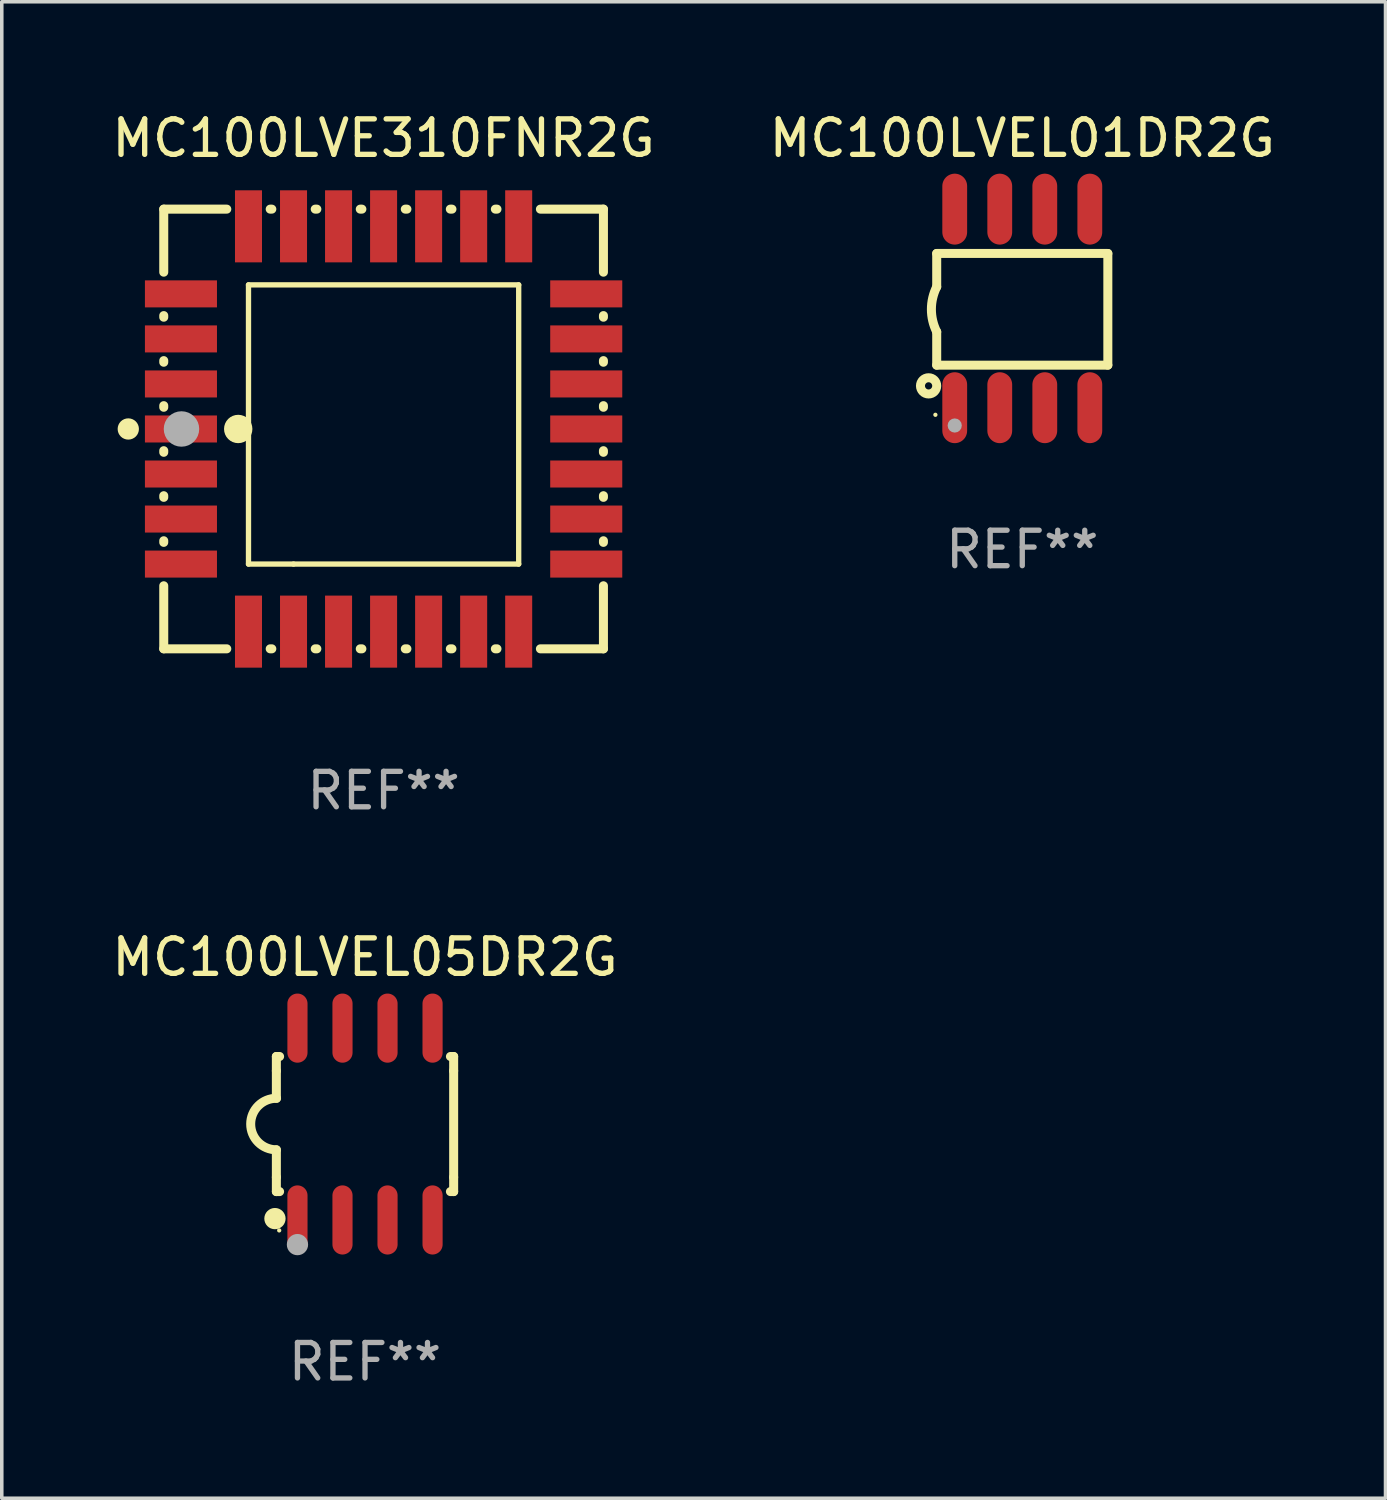
<source format=kicad_pcb>
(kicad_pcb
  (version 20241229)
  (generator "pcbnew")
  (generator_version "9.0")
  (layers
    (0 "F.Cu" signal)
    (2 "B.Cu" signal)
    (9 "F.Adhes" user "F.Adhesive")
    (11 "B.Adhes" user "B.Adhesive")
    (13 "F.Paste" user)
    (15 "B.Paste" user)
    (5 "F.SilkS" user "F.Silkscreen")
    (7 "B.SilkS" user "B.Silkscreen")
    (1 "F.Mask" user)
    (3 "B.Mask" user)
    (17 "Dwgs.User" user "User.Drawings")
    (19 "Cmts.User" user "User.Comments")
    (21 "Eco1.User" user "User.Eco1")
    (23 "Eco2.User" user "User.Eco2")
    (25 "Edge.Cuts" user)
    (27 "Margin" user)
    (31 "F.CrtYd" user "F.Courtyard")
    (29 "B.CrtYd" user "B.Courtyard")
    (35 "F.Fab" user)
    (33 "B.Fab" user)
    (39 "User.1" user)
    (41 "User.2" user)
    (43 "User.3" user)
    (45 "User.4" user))
  (footprint "MC100LVEL01DR2G"
    (layer "F.Cu")
    (at 25.78 5.648)
    (property "Reference" "MC100LVEL01DR2G" (at 0 -4.8 0) (layer "F.SilkS") (effects (font (size 1 1) (thickness 0.15))))
    (attr through_hole)
    (fp_line (start -2.413 -1.55) (end -2.413 -0.61) (stroke (width 0.254) (type solid)) (layer "F.SilkS"))
    (fp_line (start -2.413 0.66) (end -2.413 1.6) (stroke (width 0.254) (type solid)) (layer "F.SilkS"))
    (fp_line (start -2.413 1.6) (end 2.413 1.6) (stroke (width 0.254) (type solid)) (layer "F.SilkS"))
    (fp_line (start 2.413 -1.55) (end -2.413 -1.55) (stroke (width 0.254) (type solid)) (layer "F.SilkS"))
    (fp_line (start 2.413 1.6) (end 2.413 -1.55) (stroke (width 0.254) (type solid)) (layer "F.SilkS"))
    (fp_arc (start -2.413005 0.6603) (mid -2.562909 0.025298) (end -2.413005 -0.609703) (stroke (width 0.254001) (type solid)) (layer "F.SilkS"))
    (fp_circle (center -2.642 2.184) (end -2.54 2.184) (stroke (width 0.254) (type solid)) (fill no) (layer "F.SilkS"))
    (fp_circle (center -2.45 3) (end -2.42 3) (stroke (width 0.06) (type solid)) (fill no) (layer "F.SilkS"))
    (fp_circle (center -1.905 3.302) (end -1.805 3.302) (stroke (width 0.2) (type solid)) (fill no) (layer "F.Fab"))
    (fp_text user "REF**" (at 0 6.8 0) (layer "F.Fab") (effects (font (size 1 1) (thickness 0.15))))
    (pad "1" smd oval (at -1.905 2.8 180) (size 0.7 2) (layers "F.Cu" "F.Mask" "F.Paste"))
    (pad "2" smd oval (at -0.635 2.8 180) (size 0.7 2) (layers "F.Cu" "F.Mask" "F.Paste"))
    (pad "3" smd oval (at 0.635 2.8 180) (size 0.7 2) (layers "F.Cu" "F.Mask" "F.Paste"))
    (pad "4" smd oval (at 1.905 2.8 180) (size 0.7 2) (layers "F.Cu" "F.Mask" "F.Paste"))
    (pad "5" smd oval (at 1.905 -2.8 180) (size 0.7 2) (layers "F.Cu" "F.Mask" "F.Paste"))
    (pad "6" smd oval (at 0.635 -2.8 180) (size 0.7 2) (layers "F.Cu" "F.Mask" "F.Paste"))
    (pad "7" smd oval (at -0.635 -2.8 180) (size 0.7 2) (layers "F.Cu" "F.Mask" "F.Paste"))
    (pad "8" smd oval (at -1.905 -2.8 180) (size 0.7 2) (layers "F.Cu" "F.Mask" "F.Paste")))
  (footprint "MC100LVEL05DR2G"
    (layer "F.Cu")
    (at 7.244 28.65)
    (property "Reference" "MC100LVEL05DR2G" (at 0 -4.705 0) (layer "F.SilkS") (effects (font (size 1 1) (thickness 0.15))))
    (attr through_hole)
    (fp_line (start -2.5 -1.905) (end -2.409 -1.905) (stroke (width 0.254) (type solid)) (layer "F.SilkS"))
    (fp_line (start -2.5 -1.5) (end -2.5 -1.905) (stroke (width 0.254) (type solid)) (layer "F.SilkS"))
    (fp_line (start -2.5 -1.5) (end -2.5 -0.726) (stroke (width 0.254) (type solid)) (layer "F.SilkS"))
    (fp_line (start -2.5 1.5) (end -2.5 0.727) (stroke (width 0.254) (type solid)) (layer "F.SilkS"))
    (fp_line (start -2.5 1.5) (end -2.5 1.905) (stroke (width 0.254) (type solid)) (layer "F.SilkS"))
    (fp_line (start -2.5 1.905) (end -2.409 1.905) (stroke (width 0.254) (type solid)) (layer "F.SilkS"))
    (fp_line (start 2.5 -1.905) (end 2.409 -1.905) (stroke (width 0.254) (type solid)) (layer "F.SilkS"))
    (fp_line (start 2.5 -1.5) (end 2.5 -1.905) (stroke (width 0.254) (type solid)) (layer "F.SilkS"))
    (fp_line (start 2.5 -1.5) (end 2.5 1.5) (stroke (width 0.254) (type solid)) (layer "F.SilkS"))
    (fp_line (start 2.5 1.5) (end 2.5 1.905) (stroke (width 0.254) (type solid)) (layer "F.SilkS"))
    (fp_line (start 2.5 1.905) (end 2.409 1.905) (stroke (width 0.254) (type solid)) (layer "F.SilkS"))
    (fp_arc (start -2.5 0.726568) (mid -3.220316 -0.0023) (end -2.495097 -0.726289) (stroke (width 0.254001) (type solid)) (layer "F.SilkS"))
    (fp_circle (center -2.54 2.667) (end -2.39 2.667) (stroke (width 0.3) (type solid)) (fill no) (layer "F.SilkS"))
    (fp_circle (center -2.42 3) (end -2.39 3) (stroke (width 0.06) (type solid)) (fill no) (layer "F.SilkS"))
    (fp_circle (center -1.905 3.4) (end -1.755 3.4) (stroke (width 0.3) (type solid)) (fill no) (layer "F.Fab"))
    (fp_text user "REF**" (at 0 6.705 0) (layer "F.Fab") (effects (font (size 1 1) (thickness 0.15))))
    (pad "1" smd oval (at -1.905 2.705) (size 0.568 1.95) (layers "F.Cu" "F.Mask" "F.Paste"))
    (pad "2" smd oval (at -0.635 2.705) (size 0.568 1.95) (layers "F.Cu" "F.Mask" "F.Paste"))
    (pad "3" smd oval (at 0.635 2.705) (size 0.568 1.95) (layers "F.Cu" "F.Mask" "F.Paste"))
    (pad "4" smd oval (at 1.905 2.705) (size 0.568 1.95) (layers "F.Cu" "F.Mask" "F.Paste"))
    (pad "5" smd oval (at 1.905 -2.705) (size 0.568 1.95) (layers "F.Cu" "F.Mask" "F.Paste"))
    (pad "6" smd oval (at 0.635 -2.705) (size 0.568 1.95) (layers "F.Cu" "F.Mask" "F.Paste"))
    (pad "7" smd oval (at -0.635 -2.705) (size 0.568 1.95) (layers "F.Cu" "F.Mask" "F.Paste"))
    (pad "8" smd oval (at -1.905 -2.705) (size 0.568 1.95) (layers "F.Cu" "F.Mask" "F.Paste")))
  (footprint "MC100LVE310FNR2G"
    (layer "F.Cu")
    (at 7.768 9.048)
    (property "Reference" "MC100LVE310FNR2G" (at 0 -8.2 0) (layer "F.SilkS") (effects (font (size 1 1) (thickness 0.15))))
    (attr through_hole)
    (fp_line (start -6.2 -6.2) (end -4.422 -6.2) (stroke (width 0.254) (type solid)) (layer "F.SilkS"))
    (fp_line (start -6.2 -4.422) (end -6.2 -6.2) (stroke (width 0.254) (type solid)) (layer "F.SilkS"))
    (fp_line (start -6.2 -3.152) (end -6.2 -3.198) (stroke (width 0.254) (type solid)) (layer "F.SilkS"))
    (fp_line (start -6.2 -1.882) (end -6.2 -1.928) (stroke (width 0.254) (type solid)) (layer "F.SilkS"))
    (fp_line (start -6.2 -0.612) (end -6.2 -0.658) (stroke (width 0.254) (type solid)) (layer "F.SilkS"))
    (fp_line (start -6.2 0.658) (end -6.2 0.612) (stroke (width 0.254) (type solid)) (layer "F.SilkS"))
    (fp_line (start -6.2 1.928) (end -6.2 1.882) (stroke (width 0.254) (type solid)) (layer "F.SilkS"))
    (fp_line (start -6.2 3.198) (end -6.2 3.152) (stroke (width 0.254) (type solid)) (layer "F.SilkS"))
    (fp_line (start -6.2 6.2) (end -6.2 4.422) (stroke (width 0.254) (type solid)) (layer "F.SilkS"))
    (fp_line (start -4.422 6.2) (end -6.2 6.2) (stroke (width 0.254) (type solid)) (layer "F.SilkS"))
    (fp_line (start -3.81 -4.064) (end 3.81 -4.064) (stroke (width 0.15) (type solid)) (layer "F.SilkS"))
    (fp_line (start -3.81 3.81) (end -3.81 -4.064) (stroke (width 0.15) (type solid)) (layer "F.SilkS"))
    (fp_line (start -3.198 -6.2) (end -3.152 -6.2) (stroke (width 0.254) (type solid)) (layer "F.SilkS"))
    (fp_line (start -3.152 6.2) (end -3.198 6.2) (stroke (width 0.254) (type solid)) (layer "F.SilkS"))
    (fp_line (start -2.54 3.81) (end -3.81 3.81) (stroke (width 0.15) (type solid)) (layer "F.SilkS"))
    (fp_line (start -1.928 -6.2) (end -1.882 -6.2) (stroke (width 0.254) (type solid)) (layer "F.SilkS"))
    (fp_line (start -1.882 6.2) (end -1.928 6.2) (stroke (width 0.254) (type solid)) (layer "F.SilkS"))
    (fp_line (start -0.658 -6.2) (end -0.612 -6.2) (stroke (width 0.254) (type solid)) (layer "F.SilkS"))
    (fp_line (start -0.612 6.2) (end -0.658 6.2) (stroke (width 0.254) (type solid)) (layer "F.SilkS"))
    (fp_line (start 0.612 -6.2) (end 0.658 -6.2) (stroke (width 0.254) (type solid)) (layer "F.SilkS"))
    (fp_line (start 0.658 6.2) (end 0.612 6.2) (stroke (width 0.254) (type solid)) (layer "F.SilkS"))
    (fp_line (start 1.882 -6.2) (end 1.928 -6.2) (stroke (width 0.254) (type solid)) (layer "F.SilkS"))
    (fp_line (start 1.928 6.2) (end 1.882 6.2) (stroke (width 0.254) (type solid)) (layer "F.SilkS"))
    (fp_line (start 3.152 -6.2) (end 3.198 -6.2) (stroke (width 0.254) (type solid)) (layer "F.SilkS"))
    (fp_line (start 3.198 6.2) (end 3.152 6.2) (stroke (width 0.254) (type solid)) (layer "F.SilkS"))
    (fp_line (start 3.81 -4.064) (end 3.81 3.81) (stroke (width 0.15) (type solid)) (layer "F.SilkS"))
    (fp_line (start 3.81 3.81) (end -2.54 3.81) (stroke (width 0.15) (type solid)) (layer "F.SilkS"))
    (fp_line (start 4.422 -6.2) (end 6.2 -6.2) (stroke (width 0.254) (type solid)) (layer "F.SilkS"))
    (fp_line (start 6.2 -6.2) (end 6.2 -4.422) (stroke (width 0.254) (type solid)) (layer "F.SilkS"))
    (fp_line (start 6.2 -3.198) (end 6.2 -3.152) (stroke (width 0.254) (type solid)) (layer "F.SilkS"))
    (fp_line (start 6.2 -1.928) (end 6.2 -1.882) (stroke (width 0.254) (type solid)) (layer "F.SilkS"))
    (fp_line (start 6.2 -0.658) (end 6.2 -0.612) (stroke (width 0.254) (type solid)) (layer "F.SilkS"))
    (fp_line (start 6.2 0.612) (end 6.2 0.658) (stroke (width 0.254) (type solid)) (layer "F.SilkS"))
    (fp_line (start 6.2 1.882) (end 6.2 1.928) (stroke (width 0.254) (type solid)) (layer "F.SilkS"))
    (fp_line (start 6.2 3.152) (end 6.2 3.198) (stroke (width 0.254) (type solid)) (layer "F.SilkS"))
    (fp_line (start 6.2 4.422) (end 6.2 6.2) (stroke (width 0.254) (type solid)) (layer "F.SilkS"))
    (fp_line (start 6.2 6.2) (end 4.422 6.2) (stroke (width 0.254) (type solid)) (layer "F.SilkS"))
    (fp_circle (center -7.2 0) (end -7.05 0) (stroke (width 0.3) (type solid)) (fill no) (layer "F.SilkS"))
    (fp_circle (center -6.223 6.223) (end -6.193 6.223) (stroke (width 0.06) (type solid)) (fill no) (layer "F.SilkS"))
    (fp_circle (center -4.1 0) (end -3.9 0) (stroke (width 0.4) (type solid)) (fill no) (layer "F.SilkS"))
    (fp_circle (center -5.7 0) (end -5.45 0) (stroke (width 0.5) (type solid)) (fill no) (layer "F.Fab"))
    (fp_text user "REF**" (at 0 10.2 0) (layer "F.Fab") (effects (font (size 1 1) (thickness 0.15))))
    (pad "1" smd rect (at -5.715 0) (size 2.032 0.762) (layers "F.Cu" "F.Mask" "F.Paste"))
    (pad "2" smd rect (at -5.715 1.27) (size 2.032 0.762) (layers "F.Cu" "F.Mask" "F.Paste"))
    (pad "3" smd rect (at -5.715 2.54) (size 2.032 0.762) (layers "F.Cu" "F.Mask" "F.Paste"))
    (pad "4" smd rect (at -5.715 3.81) (size 2.032 0.762) (layers "F.Cu" "F.Mask" "F.Paste"))
    (pad "5" smd rect (at -3.81 5.715) (size 0.762 2.032) (layers "F.Cu" "F.Mask" "F.Paste"))
    (pad "6" smd rect (at -2.54 5.715) (size 0.762 2.032) (layers "F.Cu" "F.Mask" "F.Paste"))
    (pad "7" smd rect (at -1.27 5.715) (size 0.762 2.032) (layers "F.Cu" "F.Mask" "F.Paste"))
    (pad "8" smd rect (at 0 5.715) (size 0.762 2.032) (layers "F.Cu" "F.Mask" "F.Paste"))
    (pad "9" smd rect (at 1.27 5.715) (size 0.762 2.032) (layers "F.Cu" "F.Mask" "F.Paste"))
    (pad "10" smd rect (at 2.54 5.715) (size 0.762 2.032) (layers "F.Cu" "F.Mask" "F.Paste"))
    (pad "11" smd rect (at 3.81 5.715) (size 0.762 2.032) (layers "F.Cu" "F.Mask" "F.Paste"))
    (pad "12" smd rect (at 5.715 3.81) (size 2.032 0.762) (layers "F.Cu" "F.Mask" "F.Paste"))
    (pad "13" smd rect (at 5.715 2.54) (size 2.032 0.762) (layers "F.Cu" "F.Mask" "F.Paste"))
    (pad "14" smd rect (at 5.715 1.27) (size 2.032 0.762) (layers "F.Cu" "F.Mask" "F.Paste"))
    (pad "15" smd rect (at 5.715 0) (size 2.032 0.762) (layers "F.Cu" "F.Mask" "F.Paste"))
    (pad "16" smd rect (at 5.715 -1.27) (size 2.032 0.762) (layers "F.Cu" "F.Mask" "F.Paste"))
    (pad "17" smd rect (at 5.715 -2.54) (size 2.032 0.762) (layers "F.Cu" "F.Mask" "F.Paste"))
    (pad "18" smd rect (at 5.715 -3.81) (size 2.032 0.762) (layers "F.Cu" "F.Mask" "F.Paste"))
    (pad "19" smd rect (at 3.81 -5.715) (size 0.762 2.032) (layers "F.Cu" "F.Mask" "F.Paste"))
    (pad "20" smd rect (at 2.54 -5.715) (size 0.762 2.032) (layers "F.Cu" "F.Mask" "F.Paste"))
    (pad "21" smd rect (at 1.27 -5.715) (size 0.762 2.032) (layers "F.Cu" "F.Mask" "F.Paste"))
    (pad "22" smd rect (at 0 -5.715) (size 0.762 2.032) (layers "F.Cu" "F.Mask" "F.Paste"))
    (pad "23" smd rect (at -1.27 -5.715) (size 0.762 2.032) (layers "F.Cu" "F.Mask" "F.Paste"))
    (pad "24" smd rect (at -2.54 -5.715) (size 0.762 2.032) (layers "F.Cu" "F.Mask" "F.Paste"))
    (pad "25" smd rect (at -3.81 -5.715) (size 0.762 2.032) (layers "F.Cu" "F.Mask" "F.Paste"))
    (pad "26" smd rect (at -5.715 -3.81) (size 2.032 0.762) (layers "F.Cu" "F.Mask" "F.Paste"))
    (pad "27" smd rect (at -5.715 -2.54) (size 2.032 0.762) (layers "F.Cu" "F.Mask" "F.Paste"))
    (pad "28" smd rect (at -5.715 -1.27) (size 2.032 0.762) (layers "F.Cu" "F.Mask" "F.Paste")))
  (gr_rect
    (start -3 -3)
    (end 36.024 39.203)
    (stroke (width 0.1) (type default))
    (fill no)
    (layer "Edge.Cuts")))
</source>
